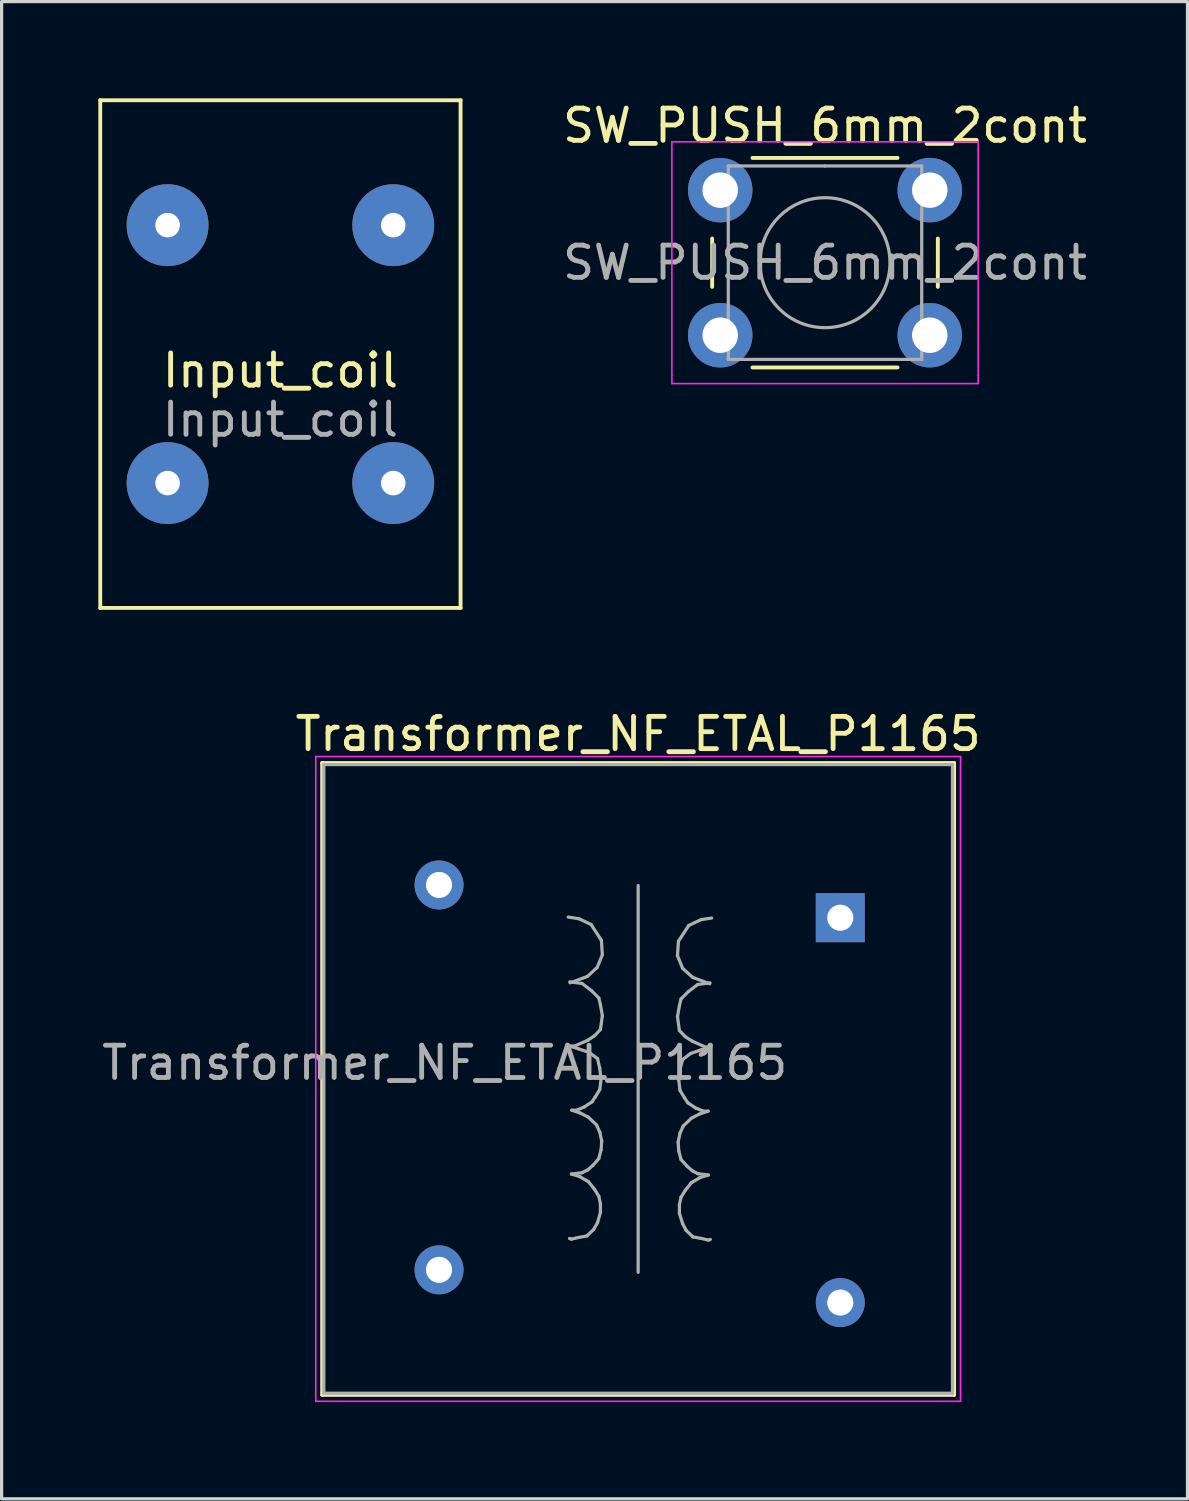
<source format=kicad_pcb>
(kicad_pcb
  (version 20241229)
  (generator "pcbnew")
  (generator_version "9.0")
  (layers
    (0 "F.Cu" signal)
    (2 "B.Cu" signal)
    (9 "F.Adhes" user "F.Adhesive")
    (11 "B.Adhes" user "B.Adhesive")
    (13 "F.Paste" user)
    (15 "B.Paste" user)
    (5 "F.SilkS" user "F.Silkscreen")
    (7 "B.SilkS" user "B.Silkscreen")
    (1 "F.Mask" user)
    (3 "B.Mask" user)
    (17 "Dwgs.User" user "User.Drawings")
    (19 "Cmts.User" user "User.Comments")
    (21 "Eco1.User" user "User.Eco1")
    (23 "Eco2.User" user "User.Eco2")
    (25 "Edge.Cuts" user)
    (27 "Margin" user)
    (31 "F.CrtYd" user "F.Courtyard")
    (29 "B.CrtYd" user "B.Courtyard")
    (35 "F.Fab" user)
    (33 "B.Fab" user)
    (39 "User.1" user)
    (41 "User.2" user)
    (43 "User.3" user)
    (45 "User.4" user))
  (footprint "SW_PUSH_6mm_2cont"
    (layer "F.Cu")
    (at 19.29 2.848)
    (property "Reference" "SW_PUSH_6mm_2cont" (at 3.25 -2 0) (layer "F.SilkS") (effects (font (size 1 1) (thickness 0.15))))
    (attr through_hole)
    (fp_line (start -0.25 1.5) (end -0.25 3) (stroke (width 0.12) (type solid)) (layer "F.SilkS"))
    (fp_line (start 1 5.5) (end 5.5 5.5) (stroke (width 0.12) (type solid)) (layer "F.SilkS"))
    (fp_line (start 5.5 -1) (end 1 -1) (stroke (width 0.12) (type solid)) (layer "F.SilkS"))
    (fp_line (start 6.75 3) (end 6.75 1.5) (stroke (width 0.12) (type solid)) (layer "F.SilkS"))
    (fp_line (start -1.5 -1.5) (end -1.25 -1.5) (stroke (width 0.05) (type solid)) (layer "F.CrtYd"))
    (fp_line (start -1.5 -1.25) (end -1.5 -1.5) (stroke (width 0.05) (type solid)) (layer "F.CrtYd"))
    (fp_line (start -1.5 5.75) (end -1.5 -1.25) (stroke (width 0.05) (type solid)) (layer "F.CrtYd"))
    (fp_line (start -1.5 5.75) (end -1.5 6) (stroke (width 0.05) (type solid)) (layer "F.CrtYd"))
    (fp_line (start -1.5 6) (end -1.25 6) (stroke (width 0.05) (type solid)) (layer "F.CrtYd"))
    (fp_line (start -1.25 -1.5) (end 7.75 -1.5) (stroke (width 0.05) (type solid)) (layer "F.CrtYd"))
    (fp_line (start 7.75 -1.5) (end 8 -1.5) (stroke (width 0.05) (type solid)) (layer "F.CrtYd"))
    (fp_line (start 7.75 6) (end -1.25 6) (stroke (width 0.05) (type solid)) (layer "F.CrtYd"))
    (fp_line (start 7.75 6) (end 8 6) (stroke (width 0.05) (type solid)) (layer "F.CrtYd"))
    (fp_line (start 8 -1.5) (end 8 -1.25) (stroke (width 0.05) (type solid)) (layer "F.CrtYd"))
    (fp_line (start 8 -1.25) (end 8 5.75) (stroke (width 0.05) (type solid)) (layer "F.CrtYd"))
    (fp_line (start 8 6) (end 8 5.75) (stroke (width 0.05) (type solid)) (layer "F.CrtYd"))
    (fp_line (start 0.25 -0.75) (end 3.25 -0.75) (stroke (width 0.1) (type solid)) (layer "F.Fab"))
    (fp_line (start 0.25 5.25) (end 0.25 -0.75) (stroke (width 0.1) (type solid)) (layer "F.Fab"))
    (fp_line (start 3.25 -0.75) (end 6.25 -0.75) (stroke (width 0.1) (type solid)) (layer "F.Fab"))
    (fp_line (start 6.25 -0.75) (end 6.25 5.25) (stroke (width 0.1) (type solid)) (layer "F.Fab"))
    (fp_line (start 6.25 5.25) (end 0.25 5.25) (stroke (width 0.1) (type solid)) (layer "F.Fab"))
    (fp_circle (center 3.25 2.25) (end 1.25 2.5) (stroke (width 0.1) (type solid)) (fill no) (layer "F.Fab"))
    (fp_text user "${REFERENCE}" (at 3.25 2.25 0) (layer "F.Fab") (effects (font (size 1 1) (thickness 0.15))))
    (pad "1" thru_hole circle (at 0 4.5 90) (size 2 2) (drill 1.1) (layers "*.Cu" "*.Mask"))
    (pad "2" thru_hole circle (at 6.5 4.5 90) (size 2 2) (drill 1.1) (layers "*.Cu" "*.Mask"))
    (pad "3" thru_hole circle (at 0 0 90) (size 2 2) (drill 1.1) (layers "*.Cu" "*.Mask"))
    (pad "4" thru_hole circle (at 6.5 0 90) (size 2 2) (drill 1.1) (layers "*.Cu" "*.Mask")))
  (footprint "Transformer_NF_ETAL_P1165"
    (layer "F.Cu")
    (at 21.744 25.416)
    (property "Reference" "Transformer_NF_ETAL_P1165" (at -5 -5.7 0) (layer "F.SilkS") (effects (font (size 1 1) (thickness 0.15))))
    (attr through_hole)
    (fp_line (start -14.8 -4.8) (end 4.8 -4.8) (stroke (width 0.12) (type solid)) (layer "F.SilkS"))
    (fp_line (start -14.8 14.8) (end -14.8 -4.8) (stroke (width 0.12) (type solid)) (layer "F.SilkS"))
    (fp_line (start 4.8 -4.8) (end 4.8 14.8) (stroke (width 0.12) (type solid)) (layer "F.SilkS"))
    (fp_line (start 4.8 14.8) (end -14.8 14.8) (stroke (width 0.12) (type solid)) (layer "F.SilkS"))
    (fp_line (start -15 -5) (end -15 15) (stroke (width 0.05) (type solid)) (layer "F.CrtYd"))
    (fp_line (start -15 -5) (end 5 -5) (stroke (width 0.05) (type solid)) (layer "F.CrtYd"))
    (fp_line (start 5 15) (end -15 15) (stroke (width 0.05) (type solid)) (layer "F.CrtYd"))
    (fp_line (start 5 15) (end 5 -5) (stroke (width 0.05) (type solid)) (layer "F.CrtYd"))
    (fp_line (start -14.75 -4.75) (end -14.75 14.75) (stroke (width 0.1) (type solid)) (layer "F.Fab"))
    (fp_line (start -14.75 14.75) (end 4.75 14.75) (stroke (width 0.1) (type solid)) (layer "F.Fab"))
    (fp_line (start -7.17 -0.02) (end -6.84 0.03) (stroke (width 0.1) (type solid)) (layer "F.Fab"))
    (fp_line (start -7.13 3.98) (end -6.84 4.07) (stroke (width 0.1) (type solid)) (layer "F.Fab"))
    (fp_line (start -7.12 1.99) (end -6.74 2.04) (stroke (width 0.1) (type solid)) (layer "F.Fab"))
    (fp_line (start -7.07 7.95) (end -6.81 8.03) (stroke (width 0.1) (type solid)) (layer "F.Fab"))
    (fp_line (start -7.07 9.97) (end -7.13 9.95) (stroke (width 0.1) (type solid)) (layer "F.Fab"))
    (fp_line (start -7.06 5.97) (end -6.79 6.06) (stroke (width 0.1) (type solid)) (layer "F.Fab"))
    (fp_line (start -6.97 3.98) (end -7.13 3.98) (stroke (width 0.1) (type solid)) (layer "F.Fab"))
    (fp_line (start -6.91 5.97) (end -7.06 5.97) (stroke (width 0.1) (type solid)) (layer "F.Fab"))
    (fp_line (start -6.86 9.92) (end -7.07 9.97) (stroke (width 0.1) (type solid)) (layer "F.Fab"))
    (fp_line (start -6.84 0.03) (end -6.46 0.21) (stroke (width 0.1) (type solid)) (layer "F.Fab"))
    (fp_line (start -6.84 4.07) (end -6.52 4.18) (stroke (width 0.1) (type solid)) (layer "F.Fab"))
    (fp_line (start -6.81 8.03) (end -6.54 8.19) (stroke (width 0.1) (type solid)) (layer "F.Fab"))
    (fp_line (start -6.79 6.06) (end -6.54 6.19) (stroke (width 0.1) (type solid)) (layer "F.Fab"))
    (fp_line (start -6.74 2.04) (end -6.45 2.26) (stroke (width 0.1) (type solid)) (layer "F.Fab"))
    (fp_line (start -6.74 7.91) (end -7.07 7.95) (stroke (width 0.1) (type solid)) (layer "F.Fab"))
    (fp_line (start -6.67 5.87) (end -6.91 5.97) (stroke (width 0.1) (type solid)) (layer "F.Fab"))
    (fp_line (start -6.59 9.87) (end -6.86 9.92) (stroke (width 0.1) (type solid)) (layer "F.Fab"))
    (fp_line (start -6.57 1.82) (end -7.11 2.02) (stroke (width 0.1) (type solid)) (layer "F.Fab"))
    (fp_line (start -6.56 3.8) (end -6.97 3.98) (stroke (width 0.1) (type solid)) (layer "F.Fab"))
    (fp_line (start -6.56 7.82) (end -6.74 7.91) (stroke (width 0.1) (type solid)) (layer "F.Fab"))
    (fp_line (start -6.54 6.19) (end -6.29 6.43) (stroke (width 0.1) (type solid)) (layer "F.Fab"))
    (fp_line (start -6.54 8.19) (end -6.35 8.43) (stroke (width 0.1) (type solid)) (layer "F.Fab"))
    (fp_line (start -6.52 4.18) (end -6.26 4.37) (stroke (width 0.1) (type solid)) (layer "F.Fab"))
    (fp_line (start -6.46 0.21) (end -6.14 0.7) (stroke (width 0.1) (type solid)) (layer "F.Fab"))
    (fp_line (start -6.45 2.26) (end -6.22 2.49) (stroke (width 0.1) (type solid)) (layer "F.Fab"))
    (fp_line (start -6.43 5.71) (end -6.67 5.87) (stroke (width 0.1) (type solid)) (layer "F.Fab"))
    (fp_line (start -6.4 7.68) (end -6.56 7.82) (stroke (width 0.1) (type solid)) (layer "F.Fab"))
    (fp_line (start -6.38 9.67) (end -6.59 9.87) (stroke (width 0.1) (type solid)) (layer "F.Fab"))
    (fp_line (start -6.35 3.66) (end -6.56 3.8) (stroke (width 0.1) (type solid)) (layer "F.Fab"))
    (fp_line (start -6.35 8.43) (end -6.22 8.64) (stroke (width 0.1) (type solid)) (layer "F.Fab"))
    (fp_line (start -6.33 5.56) (end -6.43 5.71) (stroke (width 0.1) (type solid)) (layer "F.Fab"))
    (fp_line (start -6.29 6.43) (end -6.19 6.65) (stroke (width 0.1) (type solid)) (layer "F.Fab"))
    (fp_line (start -6.27 1.54) (end -6.57 1.82) (stroke (width 0.1) (type solid)) (layer "F.Fab"))
    (fp_line (start -6.26 4.37) (end -6.19 4.67) (stroke (width 0.1) (type solid)) (layer "F.Fab"))
    (fp_line (start -6.26 9.46) (end -6.38 9.67) (stroke (width 0.1) (type solid)) (layer "F.Fab"))
    (fp_line (start -6.22 2.49) (end -6.17 2.7) (stroke (width 0.1) (type solid)) (layer "F.Fab"))
    (fp_line (start -6.22 7.47) (end -6.4 7.68) (stroke (width 0.1) (type solid)) (layer "F.Fab"))
    (fp_line (start -6.22 8.64) (end -6.17 8.87) (stroke (width 0.1) (type solid)) (layer "F.Fab"))
    (fp_line (start -6.19 4.67) (end -6.15 5.01) (stroke (width 0.1) (type solid)) (layer "F.Fab"))
    (fp_line (start -6.19 5.33) (end -6.33 5.56) (stroke (width 0.1) (type solid)) (layer "F.Fab"))
    (fp_line (start -6.19 6.65) (end -6.13 6.93) (stroke (width 0.1) (type solid)) (layer "F.Fab"))
    (fp_line (start -6.17 2.7) (end -6.11 3.04) (stroke (width 0.1) (type solid)) (layer "F.Fab"))
    (fp_line (start -6.17 3.47) (end -6.35 3.66) (stroke (width 0.1) (type solid)) (layer "F.Fab"))
    (fp_line (start -6.17 8.87) (end -6.17 9.14) (stroke (width 0.1) (type solid)) (layer "F.Fab"))
    (fp_line (start -6.17 9.14) (end -6.26 9.46) (stroke (width 0.1) (type solid)) (layer "F.Fab"))
    (fp_line (start -6.15 5.01) (end -6.19 5.33) (stroke (width 0.1) (type solid)) (layer "F.Fab"))
    (fp_line (start -6.15 7.2) (end -6.22 7.47) (stroke (width 0.1) (type solid)) (layer "F.Fab"))
    (fp_line (start -6.14 0.7) (end -6.11 1.15) (stroke (width 0.1) (type solid)) (layer "F.Fab"))
    (fp_line (start -6.13 6.93) (end -6.15 7.2) (stroke (width 0.1) (type solid)) (layer "F.Fab"))
    (fp_line (start -6.11 1.15) (end -6.27 1.54) (stroke (width 0.1) (type solid)) (layer "F.Fab"))
    (fp_line (start -6.11 3.04) (end -6.17 3.47) (stroke (width 0.1) (type solid)) (layer "F.Fab"))
    (fp_line (start -5 -1) (end -5 11) (stroke (width 0.1) (type solid)) (layer "F.Fab"))
    (fp_line (start -3.78 1.18) (end -3.62 1.57) (stroke (width 0.1) (type solid)) (layer "F.Fab"))
    (fp_line (start -3.78 3.07) (end -3.72 3.5) (stroke (width 0.1) (type solid)) (layer "F.Fab"))
    (fp_line (start -3.76 6.96) (end -3.74 7.23) (stroke (width 0.1) (type solid)) (layer "F.Fab"))
    (fp_line (start -3.75 0.73) (end -3.78 1.18) (stroke (width 0.1) (type solid)) (layer "F.Fab"))
    (fp_line (start -3.74 5.04) (end -3.7 5.36) (stroke (width 0.1) (type solid)) (layer "F.Fab"))
    (fp_line (start -3.74 7.23) (end -3.67 7.5) (stroke (width 0.1) (type solid)) (layer "F.Fab"))
    (fp_line (start -3.72 2.73) (end -3.78 3.07) (stroke (width 0.1) (type solid)) (layer "F.Fab"))
    (fp_line (start -3.72 3.5) (end -3.54 3.69) (stroke (width 0.1) (type solid)) (layer "F.Fab"))
    (fp_line (start -3.72 8.9) (end -3.72 9.17) (stroke (width 0.1) (type solid)) (layer "F.Fab"))
    (fp_line (start -3.72 9.17) (end -3.62 9.49) (stroke (width 0.1) (type solid)) (layer "F.Fab"))
    (fp_line (start -3.7 4.7) (end -3.74 5.04) (stroke (width 0.1) (type solid)) (layer "F.Fab"))
    (fp_line (start -3.7 5.36) (end -3.56 5.59) (stroke (width 0.1) (type solid)) (layer "F.Fab"))
    (fp_line (start -3.7 6.68) (end -3.76 6.96) (stroke (width 0.1) (type solid)) (layer "F.Fab"))
    (fp_line (start -3.67 2.52) (end -3.72 2.73) (stroke (width 0.1) (type solid)) (layer "F.Fab"))
    (fp_line (start -3.67 7.5) (end -3.48 7.71) (stroke (width 0.1) (type solid)) (layer "F.Fab"))
    (fp_line (start -3.67 8.67) (end -3.72 8.9) (stroke (width 0.1) (type solid)) (layer "F.Fab"))
    (fp_line (start -3.62 1.57) (end -3.31 1.85) (stroke (width 0.1) (type solid)) (layer "F.Fab"))
    (fp_line (start -3.62 4.4) (end -3.7 4.7) (stroke (width 0.1) (type solid)) (layer "F.Fab"))
    (fp_line (start -3.62 9.49) (end -3.51 9.7) (stroke (width 0.1) (type solid)) (layer "F.Fab"))
    (fp_line (start -3.6 6.46) (end -3.7 6.68) (stroke (width 0.1) (type solid)) (layer "F.Fab"))
    (fp_line (start -3.56 5.59) (end -3.46 5.74) (stroke (width 0.1) (type solid)) (layer "F.Fab"))
    (fp_line (start -3.54 3.69) (end -3.32 3.83) (stroke (width 0.1) (type solid)) (layer "F.Fab"))
    (fp_line (start -3.54 8.46) (end -3.67 8.67) (stroke (width 0.1) (type solid)) (layer "F.Fab"))
    (fp_line (start -3.51 9.7) (end -3.3 9.9) (stroke (width 0.1) (type solid)) (layer "F.Fab"))
    (fp_line (start -3.48 7.71) (end -3.32 7.85) (stroke (width 0.1) (type solid)) (layer "F.Fab"))
    (fp_line (start -3.46 5.74) (end -3.22 5.9) (stroke (width 0.1) (type solid)) (layer "F.Fab"))
    (fp_line (start -3.44 2.29) (end -3.67 2.52) (stroke (width 0.1) (type solid)) (layer "F.Fab"))
    (fp_line (start -3.43 0.24) (end -3.75 0.73) (stroke (width 0.1) (type solid)) (layer "F.Fab"))
    (fp_line (start -3.37 4.21) (end -3.62 4.4) (stroke (width 0.1) (type solid)) (layer "F.Fab"))
    (fp_line (start -3.35 6.22) (end -3.6 6.46) (stroke (width 0.1) (type solid)) (layer "F.Fab"))
    (fp_line (start -3.35 8.22) (end -3.54 8.46) (stroke (width 0.1) (type solid)) (layer "F.Fab"))
    (fp_line (start -3.32 3.83) (end -2.92 4.01) (stroke (width 0.1) (type solid)) (layer "F.Fab"))
    (fp_line (start -3.32 7.85) (end -3.15 7.94) (stroke (width 0.1) (type solid)) (layer "F.Fab"))
    (fp_line (start -3.31 1.85) (end -2.78 2.05) (stroke (width 0.1) (type solid)) (layer "F.Fab"))
    (fp_line (start -3.3 9.9) (end -3.03 9.95) (stroke (width 0.1) (type solid)) (layer "F.Fab"))
    (fp_line (start -3.22 5.9) (end -2.98 6) (stroke (width 0.1) (type solid)) (layer "F.Fab"))
    (fp_line (start -3.15 2.07) (end -3.44 2.29) (stroke (width 0.1) (type solid)) (layer "F.Fab"))
    (fp_line (start -3.15 7.94) (end -2.82 7.98) (stroke (width 0.1) (type solid)) (layer "F.Fab"))
    (fp_line (start -3.1 6.09) (end -3.35 6.22) (stroke (width 0.1) (type solid)) (layer "F.Fab"))
    (fp_line (start -3.08 8.06) (end -3.35 8.22) (stroke (width 0.1) (type solid)) (layer "F.Fab"))
    (fp_line (start -3.05 0.06) (end -3.43 0.24) (stroke (width 0.1) (type solid)) (layer "F.Fab"))
    (fp_line (start -3.05 4.1) (end -3.37 4.21) (stroke (width 0.1) (type solid)) (layer "F.Fab"))
    (fp_line (start -3.03 9.95) (end -2.82 10) (stroke (width 0.1) (type solid)) (layer "F.Fab"))
    (fp_line (start -2.98 6) (end -2.83 6) (stroke (width 0.1) (type solid)) (layer "F.Fab"))
    (fp_line (start -2.92 4.01) (end -2.76 4.01) (stroke (width 0.1) (type solid)) (layer "F.Fab"))
    (fp_line (start -2.83 6) (end -3.1 6.09) (stroke (width 0.1) (type solid)) (layer "F.Fab"))
    (fp_line (start -2.82 7.98) (end -3.08 8.06) (stroke (width 0.1) (type solid)) (layer "F.Fab"))
    (fp_line (start -2.82 10) (end -2.76 9.98) (stroke (width 0.1) (type solid)) (layer "F.Fab"))
    (fp_line (start -2.77 2.02) (end -3.15 2.07) (stroke (width 0.1) (type solid)) (layer "F.Fab"))
    (fp_line (start -2.76 4.01) (end -3.05 4.1) (stroke (width 0.1) (type solid)) (layer "F.Fab"))
    (fp_line (start -2.72 0.01) (end -3.05 0.06) (stroke (width 0.1) (type solid)) (layer "F.Fab"))
    (fp_line (start 4.75 -4.75) (end -14.75 -4.75) (stroke (width 0.1) (type solid)) (layer "F.Fab"))
    (fp_line (start 4.75 14.75) (end 4.75 -4.75) (stroke (width 0.1) (type solid)) (layer "F.Fab"))
    (fp_text user "${REFERENCE}" (at -11 4.5 0) (layer "F.Fab") (effects (font (size 1 1) (thickness 0.15))))
    (pad "1" thru_hole circle (at -11.176 -1.016) (size 1.52 1.52) (drill 0.81) (layers "*.Cu" "*.Mask"))
    (pad "2" thru_hole circle (at -11.176 10.922) (size 1.52 1.52) (drill 0.81) (layers "*.Cu" "*.Mask"))
    (pad "3" thru_hole circle (at 1.27 11.938) (size 1.52 1.52) (drill 0.81) (layers "*.Cu" "*.Mask"))
    (pad "4" thru_hole rect (at 1.27 0) (size 1.52 1.52) (drill 0.81) (layers "*.Cu" "*.Mask")))
  (footprint "Input_coil"
    (layer "F.Cu")
    (at 5.648 7.934)
    (property "Reference" "Input_coil" (at 0 0.508 0) (unlocked yes) (layer "F.SilkS") (effects (font (size 1 1) (thickness 0.15))))
    (fp_line (start -5.588 -7.874) (end 5.588 -7.874) (stroke (width 0.12) (type solid)) (layer "F.SilkS"))
    (fp_line (start -5.588 7.874) (end -5.588 -7.874) (stroke (width 0.12) (type solid)) (layer "F.SilkS"))
    (fp_line (start 5.588 -7.874) (end 5.588 7.874) (stroke (width 0.12) (type solid)) (layer "F.SilkS"))
    (fp_line (start 5.588 7.874) (end -5.588 7.874) (stroke (width 0.12) (type solid)) (layer "F.SilkS"))
    (fp_text user "${REFERENCE}" (at 0 2.032 0) (unlocked yes) (layer "F.Fab") (effects (font (size 1 1) (thickness 0.15))))
    (pad "1" thru_hole circle (at -3.5 -4) (size 2.54 2.54) (drill 0.762) (layers "*.Cu" "*.Mask"))
    (pad "2" thru_hole circle (at 3.5 -4) (size 2.54 2.54) (drill 0.762) (layers "*.Cu" "*.Mask"))
    (pad "3" thru_hole circle (at -3.5 4) (size 2.54 2.54) (drill 0.762) (layers "*.Cu" "*.Mask"))
    (pad "4" thru_hole circle (at 3.5 4) (size 2.54 2.54) (drill 0.762) (layers "*.Cu" "*.Mask")))
  (gr_rect
    (start -3 -3)
    (end 33.784 43.441)
    (stroke (width 0.1) (type default))
    (fill no)
    (layer "Edge.Cuts")))
</source>
